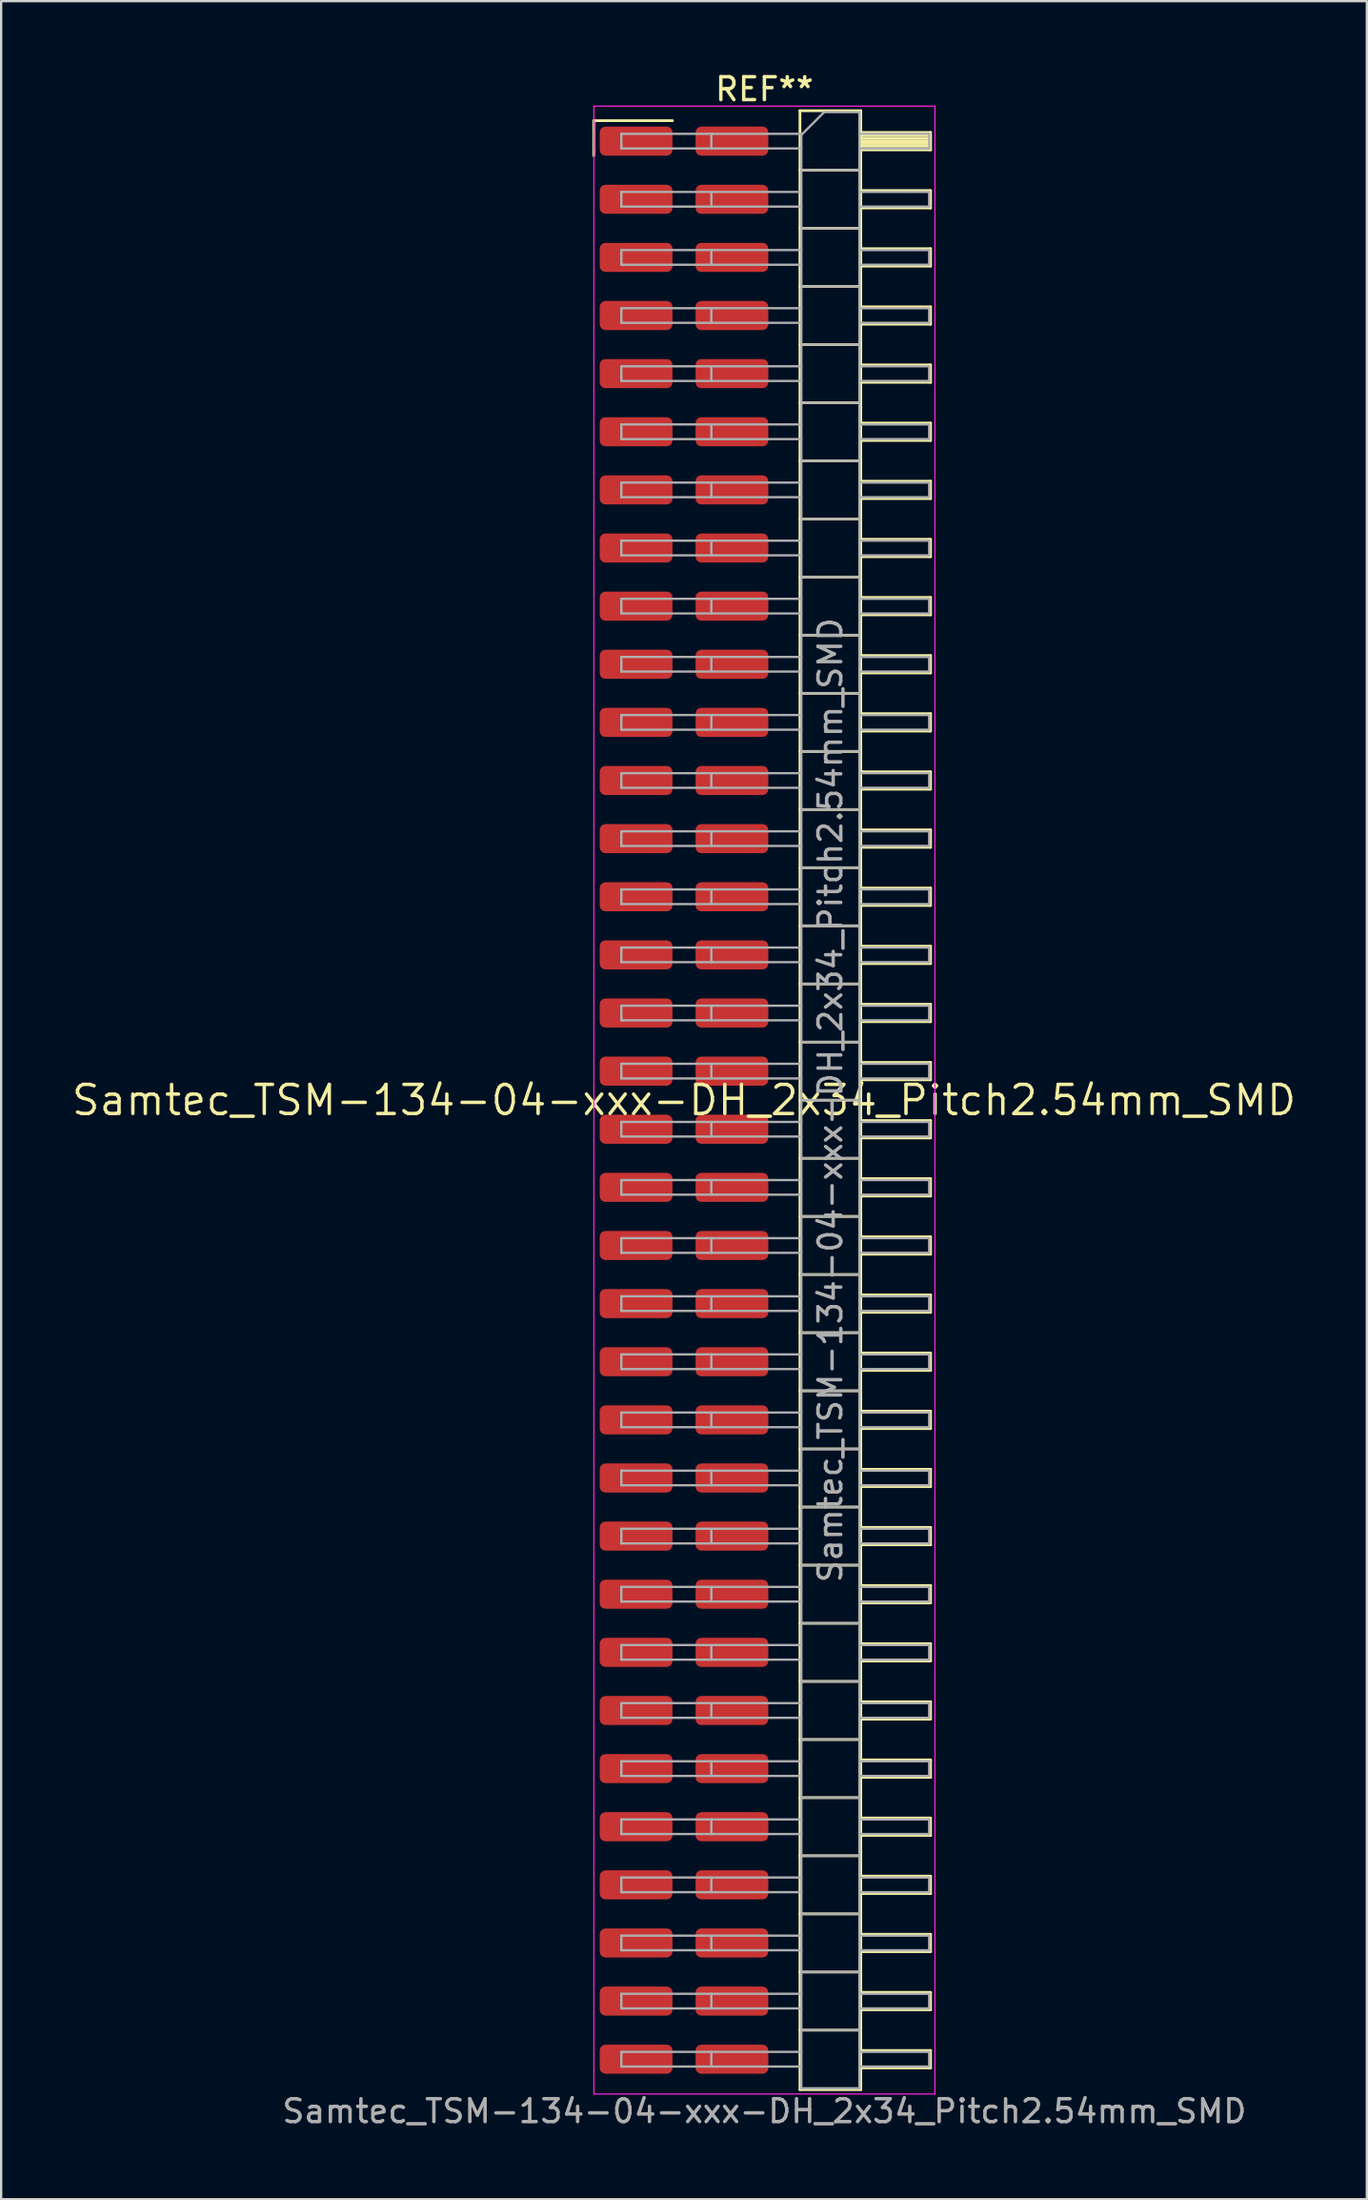
<source format=kicad_pcb>
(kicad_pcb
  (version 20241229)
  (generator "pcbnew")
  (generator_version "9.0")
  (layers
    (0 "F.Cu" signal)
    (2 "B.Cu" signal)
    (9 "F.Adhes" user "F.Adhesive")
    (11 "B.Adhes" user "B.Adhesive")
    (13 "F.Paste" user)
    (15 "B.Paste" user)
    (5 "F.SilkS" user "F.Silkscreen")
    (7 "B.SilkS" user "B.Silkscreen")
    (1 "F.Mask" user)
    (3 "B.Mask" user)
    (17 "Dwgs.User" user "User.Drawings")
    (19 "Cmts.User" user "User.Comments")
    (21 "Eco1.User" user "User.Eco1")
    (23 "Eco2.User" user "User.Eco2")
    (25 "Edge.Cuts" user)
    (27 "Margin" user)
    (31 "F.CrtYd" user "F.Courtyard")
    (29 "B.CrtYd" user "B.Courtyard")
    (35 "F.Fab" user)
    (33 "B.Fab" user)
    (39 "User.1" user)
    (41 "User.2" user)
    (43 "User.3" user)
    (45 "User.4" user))
  (footprint "Samtec_TSM-134-04-xxx-DH_2x34_Pitch2.54mm_SMD"
    (layer "F.Cu")
    (at 26.859 45.028)
    (property "Reference" "Samtec_TSM-134-04-xxx-DH_2x34_Pitch2.54mm_SMD" (at 0 0 0) (layer "F.SilkS") (effects (font (size 1.27 1.27) (thickness 0.15))))
    (attr smd)
    (fp_line (start -3.945 -42.805) (end -0.505 -42.805) (stroke (width 0.12) (type solid)) (layer "F.SilkS"))
    (fp_line (start -3.945 -41.275) (end -3.945 -42.805) (stroke (width 0.12) (type solid)) (layer "F.SilkS"))
    (fp_line (start 5.07 -43.24) (end 7.73 -43.24) (stroke (width 0.12) (type solid)) (layer "F.SilkS"))
    (fp_line (start 5.07 -40.64) (end 7.73 -40.64) (stroke (width 0.12) (type solid)) (layer "F.SilkS"))
    (fp_line (start 5.07 -38.1) (end 7.73 -38.1) (stroke (width 0.12) (type solid)) (layer "F.SilkS"))
    (fp_line (start 5.07 -35.56) (end 7.73 -35.56) (stroke (width 0.12) (type solid)) (layer "F.SilkS"))
    (fp_line (start 5.07 -33.02) (end 7.73 -33.02) (stroke (width 0.12) (type solid)) (layer "F.SilkS"))
    (fp_line (start 5.07 -30.48) (end 7.73 -30.48) (stroke (width 0.12) (type solid)) (layer "F.SilkS"))
    (fp_line (start 5.07 -27.94) (end 7.73 -27.94) (stroke (width 0.12) (type solid)) (layer "F.SilkS"))
    (fp_line (start 5.07 -25.4) (end 7.73 -25.4) (stroke (width 0.12) (type solid)) (layer "F.SilkS"))
    (fp_line (start 5.07 -22.86) (end 7.73 -22.86) (stroke (width 0.12) (type solid)) (layer "F.SilkS"))
    (fp_line (start 5.07 -20.32) (end 7.73 -20.32) (stroke (width 0.12) (type solid)) (layer "F.SilkS"))
    (fp_line (start 5.07 -17.78) (end 7.73 -17.78) (stroke (width 0.12) (type solid)) (layer "F.SilkS"))
    (fp_line (start 5.07 -15.24) (end 7.73 -15.24) (stroke (width 0.12) (type solid)) (layer "F.SilkS"))
    (fp_line (start 5.07 -12.7) (end 7.73 -12.7) (stroke (width 0.12) (type solid)) (layer "F.SilkS"))
    (fp_line (start 5.07 -10.16) (end 7.73 -10.16) (stroke (width 0.12) (type solid)) (layer "F.SilkS"))
    (fp_line (start 5.07 -7.62) (end 7.73 -7.62) (stroke (width 0.12) (type solid)) (layer "F.SilkS"))
    (fp_line (start 5.07 -5.08) (end 7.73 -5.08) (stroke (width 0.12) (type solid)) (layer "F.SilkS"))
    (fp_line (start 5.07 -2.54) (end 7.73 -2.54) (stroke (width 0.12) (type solid)) (layer "F.SilkS"))
    (fp_line (start 5.07 0) (end 7.73 0) (stroke (width 0.12) (type solid)) (layer "F.SilkS"))
    (fp_line (start 5.07 2.54) (end 7.73 2.54) (stroke (width 0.12) (type solid)) (layer "F.SilkS"))
    (fp_line (start 5.07 5.08) (end 7.73 5.08) (stroke (width 0.12) (type solid)) (layer "F.SilkS"))
    (fp_line (start 5.07 7.62) (end 7.73 7.62) (stroke (width 0.12) (type solid)) (layer "F.SilkS"))
    (fp_line (start 5.07 10.16) (end 7.73 10.16) (stroke (width 0.12) (type solid)) (layer "F.SilkS"))
    (fp_line (start 5.07 12.7) (end 7.73 12.7) (stroke (width 0.12) (type solid)) (layer "F.SilkS"))
    (fp_line (start 5.07 15.24) (end 7.73 15.24) (stroke (width 0.12) (type solid)) (layer "F.SilkS"))
    (fp_line (start 5.07 17.78) (end 7.73 17.78) (stroke (width 0.12) (type solid)) (layer "F.SilkS"))
    (fp_line (start 5.07 20.32) (end 7.73 20.32) (stroke (width 0.12) (type solid)) (layer "F.SilkS"))
    (fp_line (start 5.07 22.86) (end 7.73 22.86) (stroke (width 0.12) (type solid)) (layer "F.SilkS"))
    (fp_line (start 5.07 25.4) (end 7.73 25.4) (stroke (width 0.12) (type solid)) (layer "F.SilkS"))
    (fp_line (start 5.07 27.94) (end 7.73 27.94) (stroke (width 0.12) (type solid)) (layer "F.SilkS"))
    (fp_line (start 5.07 30.48) (end 7.73 30.48) (stroke (width 0.12) (type solid)) (layer "F.SilkS"))
    (fp_line (start 5.07 33.02) (end 7.73 33.02) (stroke (width 0.12) (type solid)) (layer "F.SilkS"))
    (fp_line (start 5.07 35.56) (end 7.73 35.56) (stroke (width 0.12) (type solid)) (layer "F.SilkS"))
    (fp_line (start 5.07 38.1) (end 7.73 38.1) (stroke (width 0.12) (type solid)) (layer "F.SilkS"))
    (fp_line (start 5.07 40.64) (end 7.73 40.64) (stroke (width 0.12) (type solid)) (layer "F.SilkS"))
    (fp_line (start 5.07 43.24) (end 5.07 -43.24) (stroke (width 0.12) (type solid)) (layer "F.SilkS"))
    (fp_line (start 7.73 -43.24) (end 7.73 43.24) (stroke (width 0.12) (type solid)) (layer "F.SilkS"))
    (fp_line (start 7.73 -42.29) (end 10.78 -42.29) (stroke (width 0.12) (type solid)) (layer "F.SilkS"))
    (fp_line (start 7.73 -42.17) (end 10.78 -42.17) (stroke (width 0.12) (type solid)) (layer "F.SilkS"))
    (fp_line (start 7.73 -42.05) (end 10.78 -42.05) (stroke (width 0.12) (type solid)) (layer "F.SilkS"))
    (fp_line (start 7.73 -41.93) (end 10.78 -41.93) (stroke (width 0.12) (type solid)) (layer "F.SilkS"))
    (fp_line (start 7.73 -41.81) (end 10.78 -41.81) (stroke (width 0.12) (type solid)) (layer "F.SilkS"))
    (fp_line (start 7.73 -41.69) (end 10.78 -41.69) (stroke (width 0.12) (type solid)) (layer "F.SilkS"))
    (fp_line (start 7.73 -41.57) (end 10.78 -41.57) (stroke (width 0.12) (type solid)) (layer "F.SilkS"))
    (fp_line (start 7.73 -41.53) (end 10.78 -41.53) (stroke (width 0.12) (type solid)) (layer "F.SilkS"))
    (fp_line (start 7.73 -39.75) (end 10.78 -39.75) (stroke (width 0.12) (type solid)) (layer "F.SilkS"))
    (fp_line (start 7.73 -38.99) (end 10.78 -38.99) (stroke (width 0.12) (type solid)) (layer "F.SilkS"))
    (fp_line (start 7.73 -37.21) (end 10.78 -37.21) (stroke (width 0.12) (type solid)) (layer "F.SilkS"))
    (fp_line (start 7.73 -36.45) (end 10.78 -36.45) (stroke (width 0.12) (type solid)) (layer "F.SilkS"))
    (fp_line (start 7.73 -34.67) (end 10.78 -34.67) (stroke (width 0.12) (type solid)) (layer "F.SilkS"))
    (fp_line (start 7.73 -33.91) (end 10.78 -33.91) (stroke (width 0.12) (type solid)) (layer "F.SilkS"))
    (fp_line (start 7.73 -32.13) (end 10.78 -32.13) (stroke (width 0.12) (type solid)) (layer "F.SilkS"))
    (fp_line (start 7.73 -31.37) (end 10.78 -31.37) (stroke (width 0.12) (type solid)) (layer "F.SilkS"))
    (fp_line (start 7.73 -29.59) (end 10.78 -29.59) (stroke (width 0.12) (type solid)) (layer "F.SilkS"))
    (fp_line (start 7.73 -28.83) (end 10.78 -28.83) (stroke (width 0.12) (type solid)) (layer "F.SilkS"))
    (fp_line (start 7.73 -27.05) (end 10.78 -27.05) (stroke (width 0.12) (type solid)) (layer "F.SilkS"))
    (fp_line (start 7.73 -26.29) (end 10.78 -26.29) (stroke (width 0.12) (type solid)) (layer "F.SilkS"))
    (fp_line (start 7.73 -24.51) (end 10.78 -24.51) (stroke (width 0.12) (type solid)) (layer "F.SilkS"))
    (fp_line (start 7.73 -23.75) (end 10.78 -23.75) (stroke (width 0.12) (type solid)) (layer "F.SilkS"))
    (fp_line (start 7.73 -21.97) (end 10.78 -21.97) (stroke (width 0.12) (type solid)) (layer "F.SilkS"))
    (fp_line (start 7.73 -21.21) (end 10.78 -21.21) (stroke (width 0.12) (type solid)) (layer "F.SilkS"))
    (fp_line (start 7.73 -19.43) (end 10.78 -19.43) (stroke (width 0.12) (type solid)) (layer "F.SilkS"))
    (fp_line (start 7.73 -18.67) (end 10.78 -18.67) (stroke (width 0.12) (type solid)) (layer "F.SilkS"))
    (fp_line (start 7.73 -16.89) (end 10.78 -16.89) (stroke (width 0.12) (type solid)) (layer "F.SilkS"))
    (fp_line (start 7.73 -16.13) (end 10.78 -16.13) (stroke (width 0.12) (type solid)) (layer "F.SilkS"))
    (fp_line (start 7.73 -14.35) (end 10.78 -14.35) (stroke (width 0.12) (type solid)) (layer "F.SilkS"))
    (fp_line (start 7.73 -13.59) (end 10.78 -13.59) (stroke (width 0.12) (type solid)) (layer "F.SilkS"))
    (fp_line (start 7.73 -11.81) (end 10.78 -11.81) (stroke (width 0.12) (type solid)) (layer "F.SilkS"))
    (fp_line (start 7.73 -11.05) (end 10.78 -11.05) (stroke (width 0.12) (type solid)) (layer "F.SilkS"))
    (fp_line (start 7.73 -9.27) (end 10.78 -9.27) (stroke (width 0.12) (type solid)) (layer "F.SilkS"))
    (fp_line (start 7.73 -8.51) (end 10.78 -8.51) (stroke (width 0.12) (type solid)) (layer "F.SilkS"))
    (fp_line (start 7.73 -6.73) (end 10.78 -6.73) (stroke (width 0.12) (type solid)) (layer "F.SilkS"))
    (fp_line (start 7.73 -5.97) (end 10.78 -5.97) (stroke (width 0.12) (type solid)) (layer "F.SilkS"))
    (fp_line (start 7.73 -4.19) (end 10.78 -4.19) (stroke (width 0.12) (type solid)) (layer "F.SilkS"))
    (fp_line (start 7.73 -3.43) (end 10.78 -3.43) (stroke (width 0.12) (type solid)) (layer "F.SilkS"))
    (fp_line (start 7.73 -1.65) (end 10.78 -1.65) (stroke (width 0.12) (type solid)) (layer "F.SilkS"))
    (fp_line (start 7.73 -0.89) (end 10.78 -0.89) (stroke (width 0.12) (type solid)) (layer "F.SilkS"))
    (fp_line (start 7.73 0.89) (end 10.78 0.89) (stroke (width 0.12) (type solid)) (layer "F.SilkS"))
    (fp_line (start 7.73 1.65) (end 10.78 1.65) (stroke (width 0.12) (type solid)) (layer "F.SilkS"))
    (fp_line (start 7.73 3.43) (end 10.78 3.43) (stroke (width 0.12) (type solid)) (layer "F.SilkS"))
    (fp_line (start 7.73 4.19) (end 10.78 4.19) (stroke (width 0.12) (type solid)) (layer "F.SilkS"))
    (fp_line (start 7.73 5.97) (end 10.78 5.97) (stroke (width 0.12) (type solid)) (layer "F.SilkS"))
    (fp_line (start 7.73 6.73) (end 10.78 6.73) (stroke (width 0.12) (type solid)) (layer "F.SilkS"))
    (fp_line (start 7.73 8.51) (end 10.78 8.51) (stroke (width 0.12) (type solid)) (layer "F.SilkS"))
    (fp_line (start 7.73 9.27) (end 10.78 9.27) (stroke (width 0.12) (type solid)) (layer "F.SilkS"))
    (fp_line (start 7.73 11.05) (end 10.78 11.05) (stroke (width 0.12) (type solid)) (layer "F.SilkS"))
    (fp_line (start 7.73 11.81) (end 10.78 11.81) (stroke (width 0.12) (type solid)) (layer "F.SilkS"))
    (fp_line (start 7.73 13.59) (end 10.78 13.59) (stroke (width 0.12) (type solid)) (layer "F.SilkS"))
    (fp_line (start 7.73 14.35) (end 10.78 14.35) (stroke (width 0.12) (type solid)) (layer "F.SilkS"))
    (fp_line (start 7.73 16.13) (end 10.78 16.13) (stroke (width 0.12) (type solid)) (layer "F.SilkS"))
    (fp_line (start 7.73 16.89) (end 10.78 16.89) (stroke (width 0.12) (type solid)) (layer "F.SilkS"))
    (fp_line (start 7.73 18.67) (end 10.78 18.67) (stroke (width 0.12) (type solid)) (layer "F.SilkS"))
    (fp_line (start 7.73 19.43) (end 10.78 19.43) (stroke (width 0.12) (type solid)) (layer "F.SilkS"))
    (fp_line (start 7.73 21.21) (end 10.78 21.21) (stroke (width 0.12) (type solid)) (layer "F.SilkS"))
    (fp_line (start 7.73 21.97) (end 10.78 21.97) (stroke (width 0.12) (type solid)) (layer "F.SilkS"))
    (fp_line (start 7.73 23.75) (end 10.78 23.75) (stroke (width 0.12) (type solid)) (layer "F.SilkS"))
    (fp_line (start 7.73 24.51) (end 10.78 24.51) (stroke (width 0.12) (type solid)) (layer "F.SilkS"))
    (fp_line (start 7.73 26.29) (end 10.78 26.29) (stroke (width 0.12) (type solid)) (layer "F.SilkS"))
    (fp_line (start 7.73 27.05) (end 10.78 27.05) (stroke (width 0.12) (type solid)) (layer "F.SilkS"))
    (fp_line (start 7.73 28.83) (end 10.78 28.83) (stroke (width 0.12) (type solid)) (layer "F.SilkS"))
    (fp_line (start 7.73 29.59) (end 10.78 29.59) (stroke (width 0.12) (type solid)) (layer "F.SilkS"))
    (fp_line (start 7.73 31.37) (end 10.78 31.37) (stroke (width 0.12) (type solid)) (layer "F.SilkS"))
    (fp_line (start 7.73 32.13) (end 10.78 32.13) (stroke (width 0.12) (type solid)) (layer "F.SilkS"))
    (fp_line (start 7.73 33.91) (end 10.78 33.91) (stroke (width 0.12) (type solid)) (layer "F.SilkS"))
    (fp_line (start 7.73 34.67) (end 10.78 34.67) (stroke (width 0.12) (type solid)) (layer "F.SilkS"))
    (fp_line (start 7.73 36.45) (end 10.78 36.45) (stroke (width 0.12) (type solid)) (layer "F.SilkS"))
    (fp_line (start 7.73 37.21) (end 10.78 37.21) (stroke (width 0.12) (type solid)) (layer "F.SilkS"))
    (fp_line (start 7.73 38.99) (end 10.78 38.99) (stroke (width 0.12) (type solid)) (layer "F.SilkS"))
    (fp_line (start 7.73 39.75) (end 10.78 39.75) (stroke (width 0.12) (type solid)) (layer "F.SilkS"))
    (fp_line (start 7.73 41.53) (end 10.78 41.53) (stroke (width 0.12) (type solid)) (layer "F.SilkS"))
    (fp_line (start 7.73 42.29) (end 10.78 42.29) (stroke (width 0.12) (type solid)) (layer "F.SilkS"))
    (fp_line (start 7.73 43.24) (end 5.07 43.24) (stroke (width 0.12) (type solid)) (layer "F.SilkS"))
    (fp_line (start 10.78 -42.29) (end 10.78 -41.53) (stroke (width 0.12) (type solid)) (layer "F.SilkS"))
    (fp_line (start 10.78 -39.75) (end 10.78 -38.99) (stroke (width 0.12) (type solid)) (layer "F.SilkS"))
    (fp_line (start 10.78 -37.21) (end 10.78 -36.45) (stroke (width 0.12) (type solid)) (layer "F.SilkS"))
    (fp_line (start 10.78 -34.67) (end 10.78 -33.91) (stroke (width 0.12) (type solid)) (layer "F.SilkS"))
    (fp_line (start 10.78 -32.13) (end 10.78 -31.37) (stroke (width 0.12) (type solid)) (layer "F.SilkS"))
    (fp_line (start 10.78 -29.59) (end 10.78 -28.83) (stroke (width 0.12) (type solid)) (layer "F.SilkS"))
    (fp_line (start 10.78 -27.05) (end 10.78 -26.29) (stroke (width 0.12) (type solid)) (layer "F.SilkS"))
    (fp_line (start 10.78 -24.51) (end 10.78 -23.75) (stroke (width 0.12) (type solid)) (layer "F.SilkS"))
    (fp_line (start 10.78 -21.97) (end 10.78 -21.21) (stroke (width 0.12) (type solid)) (layer "F.SilkS"))
    (fp_line (start 10.78 -19.43) (end 10.78 -18.67) (stroke (width 0.12) (type solid)) (layer "F.SilkS"))
    (fp_line (start 10.78 -16.89) (end 10.78 -16.13) (stroke (width 0.12) (type solid)) (layer "F.SilkS"))
    (fp_line (start 10.78 -14.35) (end 10.78 -13.59) (stroke (width 0.12) (type solid)) (layer "F.SilkS"))
    (fp_line (start 10.78 -11.81) (end 10.78 -11.05) (stroke (width 0.12) (type solid)) (layer "F.SilkS"))
    (fp_line (start 10.78 -9.27) (end 10.78 -8.51) (stroke (width 0.12) (type solid)) (layer "F.SilkS"))
    (fp_line (start 10.78 -6.73) (end 10.78 -5.97) (stroke (width 0.12) (type solid)) (layer "F.SilkS"))
    (fp_line (start 10.78 -4.19) (end 10.78 -3.43) (stroke (width 0.12) (type solid)) (layer "F.SilkS"))
    (fp_line (start 10.78 -1.65) (end 10.78 -0.89) (stroke (width 0.12) (type solid)) (layer "F.SilkS"))
    (fp_line (start 10.78 0.89) (end 10.78 1.65) (stroke (width 0.12) (type solid)) (layer "F.SilkS"))
    (fp_line (start 10.78 3.43) (end 10.78 4.19) (stroke (width 0.12) (type solid)) (layer "F.SilkS"))
    (fp_line (start 10.78 5.97) (end 10.78 6.73) (stroke (width 0.12) (type solid)) (layer "F.SilkS"))
    (fp_line (start 10.78 8.51) (end 10.78 9.27) (stroke (width 0.12) (type solid)) (layer "F.SilkS"))
    (fp_line (start 10.78 11.05) (end 10.78 11.81) (stroke (width 0.12) (type solid)) (layer "F.SilkS"))
    (fp_line (start 10.78 13.59) (end 10.78 14.35) (stroke (width 0.12) (type solid)) (layer "F.SilkS"))
    (fp_line (start 10.78 16.13) (end 10.78 16.89) (stroke (width 0.12) (type solid)) (layer "F.SilkS"))
    (fp_line (start 10.78 18.67) (end 10.78 19.43) (stroke (width 0.12) (type solid)) (layer "F.SilkS"))
    (fp_line (start 10.78 21.21) (end 10.78 21.97) (stroke (width 0.12) (type solid)) (layer "F.SilkS"))
    (fp_line (start 10.78 23.75) (end 10.78 24.51) (stroke (width 0.12) (type solid)) (layer "F.SilkS"))
    (fp_line (start 10.78 26.29) (end 10.78 27.05) (stroke (width 0.12) (type solid)) (layer "F.SilkS"))
    (fp_line (start 10.78 28.83) (end 10.78 29.59) (stroke (width 0.12) (type solid)) (layer "F.SilkS"))
    (fp_line (start 10.78 31.37) (end 10.78 32.13) (stroke (width 0.12) (type solid)) (layer "F.SilkS"))
    (fp_line (start 10.78 33.91) (end 10.78 34.67) (stroke (width 0.12) (type solid)) (layer "F.SilkS"))
    (fp_line (start 10.78 36.45) (end 10.78 37.21) (stroke (width 0.12) (type solid)) (layer "F.SilkS"))
    (fp_line (start 10.78 38.99) (end 10.78 39.75) (stroke (width 0.12) (type solid)) (layer "F.SilkS"))
    (fp_line (start 10.78 41.53) (end 10.78 42.29) (stroke (width 0.12) (type solid)) (layer "F.SilkS"))
    (fp_line (start -3.94 -43.44) (end 10.97 -43.44) (stroke (width 0.05) (type solid)) (layer "F.CrtYd"))
    (fp_line (start -3.94 43.43) (end -3.94 -43.44) (stroke (width 0.05) (type solid)) (layer "F.CrtYd"))
    (fp_line (start 10.97 -43.44) (end 10.97 43.43) (stroke (width 0.05) (type solid)) (layer "F.CrtYd"))
    (fp_line (start 10.97 43.43) (end -3.94 43.43) (stroke (width 0.05) (type solid)) (layer "F.CrtYd"))
    (fp_line (start -2.74 -42.23) (end -2.74 -41.59) (stroke (width 0.1) (type solid)) (layer "F.Fab"))
    (fp_line (start -2.74 -42.23) (end 5.13 -42.23) (stroke (width 0.1) (type solid)) (layer "F.Fab"))
    (fp_line (start -2.74 -41.59) (end 5.13 -41.59) (stroke (width 0.1) (type solid)) (layer "F.Fab"))
    (fp_line (start -2.74 -39.69) (end -2.74 -39.05) (stroke (width 0.1) (type solid)) (layer "F.Fab"))
    (fp_line (start -2.74 -39.69) (end 5.13 -39.69) (stroke (width 0.1) (type solid)) (layer "F.Fab"))
    (fp_line (start -2.74 -39.05) (end 5.13 -39.05) (stroke (width 0.1) (type solid)) (layer "F.Fab"))
    (fp_line (start -2.74 -37.15) (end -2.74 -36.51) (stroke (width 0.1) (type solid)) (layer "F.Fab"))
    (fp_line (start -2.74 -37.15) (end 5.13 -37.15) (stroke (width 0.1) (type solid)) (layer "F.Fab"))
    (fp_line (start -2.74 -36.51) (end 5.13 -36.51) (stroke (width 0.1) (type solid)) (layer "F.Fab"))
    (fp_line (start -2.74 -34.61) (end -2.74 -33.97) (stroke (width 0.1) (type solid)) (layer "F.Fab"))
    (fp_line (start -2.74 -34.61) (end 5.13 -34.61) (stroke (width 0.1) (type solid)) (layer "F.Fab"))
    (fp_line (start -2.74 -33.97) (end 5.13 -33.97) (stroke (width 0.1) (type solid)) (layer "F.Fab"))
    (fp_line (start -2.74 -32.07) (end -2.74 -31.43) (stroke (width 0.1) (type solid)) (layer "F.Fab"))
    (fp_line (start -2.74 -32.07) (end 5.13 -32.07) (stroke (width 0.1) (type solid)) (layer "F.Fab"))
    (fp_line (start -2.74 -31.43) (end 5.13 -31.43) (stroke (width 0.1) (type solid)) (layer "F.Fab"))
    (fp_line (start -2.74 -29.53) (end -2.74 -28.89) (stroke (width 0.1) (type solid)) (layer "F.Fab"))
    (fp_line (start -2.74 -29.53) (end 5.13 -29.53) (stroke (width 0.1) (type solid)) (layer "F.Fab"))
    (fp_line (start -2.74 -28.89) (end 5.13 -28.89) (stroke (width 0.1) (type solid)) (layer "F.Fab"))
    (fp_line (start -2.74 -26.99) (end -2.74 -26.35) (stroke (width 0.1) (type solid)) (layer "F.Fab"))
    (fp_line (start -2.74 -26.99) (end 5.13 -26.99) (stroke (width 0.1) (type solid)) (layer "F.Fab"))
    (fp_line (start -2.74 -26.35) (end 5.13 -26.35) (stroke (width 0.1) (type solid)) (layer "F.Fab"))
    (fp_line (start -2.74 -24.45) (end -2.74 -23.81) (stroke (width 0.1) (type solid)) (layer "F.Fab"))
    (fp_line (start -2.74 -24.45) (end 5.13 -24.45) (stroke (width 0.1) (type solid)) (layer "F.Fab"))
    (fp_line (start -2.74 -23.81) (end 5.13 -23.81) (stroke (width 0.1) (type solid)) (layer "F.Fab"))
    (fp_line (start -2.74 -21.91) (end -2.74 -21.27) (stroke (width 0.1) (type solid)) (layer "F.Fab"))
    (fp_line (start -2.74 -21.91) (end 5.13 -21.91) (stroke (width 0.1) (type solid)) (layer "F.Fab"))
    (fp_line (start -2.74 -21.27) (end 5.13 -21.27) (stroke (width 0.1) (type solid)) (layer "F.Fab"))
    (fp_line (start -2.74 -19.37) (end -2.74 -18.73) (stroke (width 0.1) (type solid)) (layer "F.Fab"))
    (fp_line (start -2.74 -19.37) (end 5.13 -19.37) (stroke (width 0.1) (type solid)) (layer "F.Fab"))
    (fp_line (start -2.74 -18.73) (end 5.13 -18.73) (stroke (width 0.1) (type solid)) (layer "F.Fab"))
    (fp_line (start -2.74 -16.83) (end -2.74 -16.19) (stroke (width 0.1) (type solid)) (layer "F.Fab"))
    (fp_line (start -2.74 -16.83) (end 5.13 -16.83) (stroke (width 0.1) (type solid)) (layer "F.Fab"))
    (fp_line (start -2.74 -16.19) (end 5.13 -16.19) (stroke (width 0.1) (type solid)) (layer "F.Fab"))
    (fp_line (start -2.74 -14.29) (end -2.74 -13.65) (stroke (width 0.1) (type solid)) (layer "F.Fab"))
    (fp_line (start -2.74 -14.29) (end 5.13 -14.29) (stroke (width 0.1) (type solid)) (layer "F.Fab"))
    (fp_line (start -2.74 -13.65) (end 5.13 -13.65) (stroke (width 0.1) (type solid)) (layer "F.Fab"))
    (fp_line (start -2.74 -11.75) (end -2.74 -11.11) (stroke (width 0.1) (type solid)) (layer "F.Fab"))
    (fp_line (start -2.74 -11.75) (end 5.13 -11.75) (stroke (width 0.1) (type solid)) (layer "F.Fab"))
    (fp_line (start -2.74 -11.11) (end 5.13 -11.11) (stroke (width 0.1) (type solid)) (layer "F.Fab"))
    (fp_line (start -2.74 -9.21) (end -2.74 -8.57) (stroke (width 0.1) (type solid)) (layer "F.Fab"))
    (fp_line (start -2.74 -9.21) (end 5.13 -9.21) (stroke (width 0.1) (type solid)) (layer "F.Fab"))
    (fp_line (start -2.74 -8.57) (end 5.13 -8.57) (stroke (width 0.1) (type solid)) (layer "F.Fab"))
    (fp_line (start -2.74 -6.67) (end -2.74 -6.03) (stroke (width 0.1) (type solid)) (layer "F.Fab"))
    (fp_line (start -2.74 -6.67) (end 5.13 -6.67) (stroke (width 0.1) (type solid)) (layer "F.Fab"))
    (fp_line (start -2.74 -6.03) (end 5.13 -6.03) (stroke (width 0.1) (type solid)) (layer "F.Fab"))
    (fp_line (start -2.74 -4.13) (end -2.74 -3.49) (stroke (width 0.1) (type solid)) (layer "F.Fab"))
    (fp_line (start -2.74 -4.13) (end 5.13 -4.13) (stroke (width 0.1) (type solid)) (layer "F.Fab"))
    (fp_line (start -2.74 -3.49) (end 5.13 -3.49) (stroke (width 0.1) (type solid)) (layer "F.Fab"))
    (fp_line (start -2.74 -1.59) (end -2.74 -0.95) (stroke (width 0.1) (type solid)) (layer "F.Fab"))
    (fp_line (start -2.74 -1.59) (end 5.13 -1.59) (stroke (width 0.1) (type solid)) (layer "F.Fab"))
    (fp_line (start -2.74 -0.95) (end 5.13 -0.95) (stroke (width 0.1) (type solid)) (layer "F.Fab"))
    (fp_line (start -2.74 0.95) (end -2.74 1.59) (stroke (width 0.1) (type solid)) (layer "F.Fab"))
    (fp_line (start -2.74 0.95) (end 5.13 0.95) (stroke (width 0.1) (type solid)) (layer "F.Fab"))
    (fp_line (start -2.74 1.59) (end 5.13 1.59) (stroke (width 0.1) (type solid)) (layer "F.Fab"))
    (fp_line (start -2.74 3.49) (end -2.74 4.13) (stroke (width 0.1) (type solid)) (layer "F.Fab"))
    (fp_line (start -2.74 3.49) (end 5.13 3.49) (stroke (width 0.1) (type solid)) (layer "F.Fab"))
    (fp_line (start -2.74 4.13) (end 5.13 4.13) (stroke (width 0.1) (type solid)) (layer "F.Fab"))
    (fp_line (start -2.74 6.03) (end -2.74 6.67) (stroke (width 0.1) (type solid)) (layer "F.Fab"))
    (fp_line (start -2.74 6.03) (end 5.13 6.03) (stroke (width 0.1) (type solid)) (layer "F.Fab"))
    (fp_line (start -2.74 6.67) (end 5.13 6.67) (stroke (width 0.1) (type solid)) (layer "F.Fab"))
    (fp_line (start -2.74 8.57) (end -2.74 9.21) (stroke (width 0.1) (type solid)) (layer "F.Fab"))
    (fp_line (start -2.74 8.57) (end 5.13 8.57) (stroke (width 0.1) (type solid)) (layer "F.Fab"))
    (fp_line (start -2.74 9.21) (end 5.13 9.21) (stroke (width 0.1) (type solid)) (layer "F.Fab"))
    (fp_line (start -2.74 11.11) (end -2.74 11.75) (stroke (width 0.1) (type solid)) (layer "F.Fab"))
    (fp_line (start -2.74 11.11) (end 5.13 11.11) (stroke (width 0.1) (type solid)) (layer "F.Fab"))
    (fp_line (start -2.74 11.75) (end 5.13 11.75) (stroke (width 0.1) (type solid)) (layer "F.Fab"))
    (fp_line (start -2.74 13.65) (end -2.74 14.29) (stroke (width 0.1) (type solid)) (layer "F.Fab"))
    (fp_line (start -2.74 13.65) (end 5.13 13.65) (stroke (width 0.1) (type solid)) (layer "F.Fab"))
    (fp_line (start -2.74 14.29) (end 5.13 14.29) (stroke (width 0.1) (type solid)) (layer "F.Fab"))
    (fp_line (start -2.74 16.19) (end -2.74 16.83) (stroke (width 0.1) (type solid)) (layer "F.Fab"))
    (fp_line (start -2.74 16.19) (end 5.13 16.19) (stroke (width 0.1) (type solid)) (layer "F.Fab"))
    (fp_line (start -2.74 16.83) (end 5.13 16.83) (stroke (width 0.1) (type solid)) (layer "F.Fab"))
    (fp_line (start -2.74 18.73) (end -2.74 19.37) (stroke (width 0.1) (type solid)) (layer "F.Fab"))
    (fp_line (start -2.74 18.73) (end 5.13 18.73) (stroke (width 0.1) (type solid)) (layer "F.Fab"))
    (fp_line (start -2.74 19.37) (end 5.13 19.37) (stroke (width 0.1) (type solid)) (layer "F.Fab"))
    (fp_line (start -2.74 21.27) (end -2.74 21.91) (stroke (width 0.1) (type solid)) (layer "F.Fab"))
    (fp_line (start -2.74 21.27) (end 5.13 21.27) (stroke (width 0.1) (type solid)) (layer "F.Fab"))
    (fp_line (start -2.74 21.91) (end 5.13 21.91) (stroke (width 0.1) (type solid)) (layer "F.Fab"))
    (fp_line (start -2.74 23.81) (end -2.74 24.45) (stroke (width 0.1) (type solid)) (layer "F.Fab"))
    (fp_line (start -2.74 23.81) (end 5.13 23.81) (stroke (width 0.1) (type solid)) (layer "F.Fab"))
    (fp_line (start -2.74 24.45) (end 5.13 24.45) (stroke (width 0.1) (type solid)) (layer "F.Fab"))
    (fp_line (start -2.74 26.35) (end -2.74 26.99) (stroke (width 0.1) (type solid)) (layer "F.Fab"))
    (fp_line (start -2.74 26.35) (end 5.13 26.35) (stroke (width 0.1) (type solid)) (layer "F.Fab"))
    (fp_line (start -2.74 26.99) (end 5.13 26.99) (stroke (width 0.1) (type solid)) (layer "F.Fab"))
    (fp_line (start -2.74 28.89) (end -2.74 29.53) (stroke (width 0.1) (type solid)) (layer "F.Fab"))
    (fp_line (start -2.74 28.89) (end 5.13 28.89) (stroke (width 0.1) (type solid)) (layer "F.Fab"))
    (fp_line (start -2.74 29.53) (end 5.13 29.53) (stroke (width 0.1) (type solid)) (layer "F.Fab"))
    (fp_line (start -2.74 31.43) (end -2.74 32.07) (stroke (width 0.1) (type solid)) (layer "F.Fab"))
    (fp_line (start -2.74 31.43) (end 5.13 31.43) (stroke (width 0.1) (type solid)) (layer "F.Fab"))
    (fp_line (start -2.74 32.07) (end 5.13 32.07) (stroke (width 0.1) (type solid)) (layer "F.Fab"))
    (fp_line (start -2.74 33.97) (end -2.74 34.61) (stroke (width 0.1) (type solid)) (layer "F.Fab"))
    (fp_line (start -2.74 33.97) (end 5.13 33.97) (stroke (width 0.1) (type solid)) (layer "F.Fab"))
    (fp_line (start -2.74 34.61) (end 5.13 34.61) (stroke (width 0.1) (type solid)) (layer "F.Fab"))
    (fp_line (start -2.74 36.51) (end -2.74 37.15) (stroke (width 0.1) (type solid)) (layer "F.Fab"))
    (fp_line (start -2.74 36.51) (end 5.13 36.51) (stroke (width 0.1) (type solid)) (layer "F.Fab"))
    (fp_line (start -2.74 37.15) (end 5.13 37.15) (stroke (width 0.1) (type solid)) (layer "F.Fab"))
    (fp_line (start -2.74 39.05) (end -2.74 39.69) (stroke (width 0.1) (type solid)) (layer "F.Fab"))
    (fp_line (start -2.74 39.05) (end 5.13 39.05) (stroke (width 0.1) (type solid)) (layer "F.Fab"))
    (fp_line (start -2.74 39.69) (end 5.13 39.69) (stroke (width 0.1) (type solid)) (layer "F.Fab"))
    (fp_line (start -2.74 41.59) (end -2.74 42.23) (stroke (width 0.1) (type solid)) (layer "F.Fab"))
    (fp_line (start -2.74 41.59) (end 5.13 41.59) (stroke (width 0.1) (type solid)) (layer "F.Fab"))
    (fp_line (start -2.74 42.23) (end 5.13 42.23) (stroke (width 0.1) (type solid)) (layer "F.Fab"))
    (fp_line (start 1.195 -42.23) (end 1.195 -41.59) (stroke (width 0.1) (type solid)) (layer "F.Fab"))
    (fp_line (start 1.195 -39.69) (end 1.195 -39.05) (stroke (width 0.1) (type solid)) (layer "F.Fab"))
    (fp_line (start 1.195 -37.15) (end 1.195 -36.51) (stroke (width 0.1) (type solid)) (layer "F.Fab"))
    (fp_line (start 1.195 -34.61) (end 1.195 -33.97) (stroke (width 0.1) (type solid)) (layer "F.Fab"))
    (fp_line (start 1.195 -32.07) (end 1.195 -31.43) (stroke (width 0.1) (type solid)) (layer "F.Fab"))
    (fp_line (start 1.195 -29.53) (end 1.195 -28.89) (stroke (width 0.1) (type solid)) (layer "F.Fab"))
    (fp_line (start 1.195 -26.99) (end 1.195 -26.35) (stroke (width 0.1) (type solid)) (layer "F.Fab"))
    (fp_line (start 1.195 -24.45) (end 1.195 -23.81) (stroke (width 0.1) (type solid)) (layer "F.Fab"))
    (fp_line (start 1.195 -21.91) (end 1.195 -21.27) (stroke (width 0.1) (type solid)) (layer "F.Fab"))
    (fp_line (start 1.195 -19.37) (end 1.195 -18.73) (stroke (width 0.1) (type solid)) (layer "F.Fab"))
    (fp_line (start 1.195 -16.83) (end 1.195 -16.19) (stroke (width 0.1) (type solid)) (layer "F.Fab"))
    (fp_line (start 1.195 -14.29) (end 1.195 -13.65) (stroke (width 0.1) (type solid)) (layer "F.Fab"))
    (fp_line (start 1.195 -11.75) (end 1.195 -11.11) (stroke (width 0.1) (type solid)) (layer "F.Fab"))
    (fp_line (start 1.195 -9.21) (end 1.195 -8.57) (stroke (width 0.1) (type solid)) (layer "F.Fab"))
    (fp_line (start 1.195 -6.67) (end 1.195 -6.03) (stroke (width 0.1) (type solid)) (layer "F.Fab"))
    (fp_line (start 1.195 -4.13) (end 1.195 -3.49) (stroke (width 0.1) (type solid)) (layer "F.Fab"))
    (fp_line (start 1.195 -1.59) (end 1.195 -0.95) (stroke (width 0.1) (type solid)) (layer "F.Fab"))
    (fp_line (start 1.195 0.95) (end 1.195 1.59) (stroke (width 0.1) (type solid)) (layer "F.Fab"))
    (fp_line (start 1.195 3.49) (end 1.195 4.13) (stroke (width 0.1) (type solid)) (layer "F.Fab"))
    (fp_line (start 1.195 6.03) (end 1.195 6.67) (stroke (width 0.1) (type solid)) (layer "F.Fab"))
    (fp_line (start 1.195 8.57) (end 1.195 9.21) (stroke (width 0.1) (type solid)) (layer "F.Fab"))
    (fp_line (start 1.195 11.11) (end 1.195 11.75) (stroke (width 0.1) (type solid)) (layer "F.Fab"))
    (fp_line (start 1.195 13.65) (end 1.195 14.29) (stroke (width 0.1) (type solid)) (layer "F.Fab"))
    (fp_line (start 1.195 16.19) (end 1.195 16.83) (stroke (width 0.1) (type solid)) (layer "F.Fab"))
    (fp_line (start 1.195 18.73) (end 1.195 19.37) (stroke (width 0.1) (type solid)) (layer "F.Fab"))
    (fp_line (start 1.195 21.27) (end 1.195 21.91) (stroke (width 0.1) (type solid)) (layer "F.Fab"))
    (fp_line (start 1.195 23.81) (end 1.195 24.45) (stroke (width 0.1) (type solid)) (layer "F.Fab"))
    (fp_line (start 1.195 26.35) (end 1.195 26.99) (stroke (width 0.1) (type solid)) (layer "F.Fab"))
    (fp_line (start 1.195 28.89) (end 1.195 29.53) (stroke (width 0.1) (type solid)) (layer "F.Fab"))
    (fp_line (start 1.195 31.43) (end 1.195 32.07) (stroke (width 0.1) (type solid)) (layer "F.Fab"))
    (fp_line (start 1.195 33.97) (end 1.195 34.61) (stroke (width 0.1) (type solid)) (layer "F.Fab"))
    (fp_line (start 1.195 36.51) (end 1.195 37.15) (stroke (width 0.1) (type solid)) (layer "F.Fab"))
    (fp_line (start 1.195 39.05) (end 1.195 39.69) (stroke (width 0.1) (type solid)) (layer "F.Fab"))
    (fp_line (start 1.195 41.59) (end 1.195 42.23) (stroke (width 0.1) (type solid)) (layer "F.Fab"))
    (fp_line (start 5.13 -42.18) (end 6.13 -43.18) (stroke (width 0.1) (type solid)) (layer "F.Fab"))
    (fp_line (start 5.13 -40.64) (end 7.67 -40.64) (stroke (width 0.1) (type solid)) (layer "F.Fab"))
    (fp_line (start 5.13 -38.1) (end 7.67 -38.1) (stroke (width 0.1) (type solid)) (layer "F.Fab"))
    (fp_line (start 5.13 -35.56) (end 7.67 -35.56) (stroke (width 0.1) (type solid)) (layer "F.Fab"))
    (fp_line (start 5.13 -33.02) (end 7.67 -33.02) (stroke (width 0.1) (type solid)) (layer "F.Fab"))
    (fp_line (start 5.13 -30.48) (end 7.67 -30.48) (stroke (width 0.1) (type solid)) (layer "F.Fab"))
    (fp_line (start 5.13 -27.94) (end 7.67 -27.94) (stroke (width 0.1) (type solid)) (layer "F.Fab"))
    (fp_line (start 5.13 -25.4) (end 7.67 -25.4) (stroke (width 0.1) (type solid)) (layer "F.Fab"))
    (fp_line (start 5.13 -22.86) (end 7.67 -22.86) (stroke (width 0.1) (type solid)) (layer "F.Fab"))
    (fp_line (start 5.13 -20.32) (end 7.67 -20.32) (stroke (width 0.1) (type solid)) (layer "F.Fab"))
    (fp_line (start 5.13 -17.78) (end 7.67 -17.78) (stroke (width 0.1) (type solid)) (layer "F.Fab"))
    (fp_line (start 5.13 -15.24) (end 7.67 -15.24) (stroke (width 0.1) (type solid)) (layer "F.Fab"))
    (fp_line (start 5.13 -12.7) (end 7.67 -12.7) (stroke (width 0.1) (type solid)) (layer "F.Fab"))
    (fp_line (start 5.13 -10.16) (end 7.67 -10.16) (stroke (width 0.1) (type solid)) (layer "F.Fab"))
    (fp_line (start 5.13 -7.62) (end 7.67 -7.62) (stroke (width 0.1) (type solid)) (layer "F.Fab"))
    (fp_line (start 5.13 -5.08) (end 7.67 -5.08) (stroke (width 0.1) (type solid)) (layer "F.Fab"))
    (fp_line (start 5.13 -2.54) (end 7.67 -2.54) (stroke (width 0.1) (type solid)) (layer "F.Fab"))
    (fp_line (start 5.13 0) (end 7.67 0) (stroke (width 0.1) (type solid)) (layer "F.Fab"))
    (fp_line (start 5.13 2.54) (end 7.67 2.54) (stroke (width 0.1) (type solid)) (layer "F.Fab"))
    (fp_line (start 5.13 5.08) (end 7.67 5.08) (stroke (width 0.1) (type solid)) (layer "F.Fab"))
    (fp_line (start 5.13 7.62) (end 7.67 7.62) (stroke (width 0.1) (type solid)) (layer "F.Fab"))
    (fp_line (start 5.13 10.16) (end 7.67 10.16) (stroke (width 0.1) (type solid)) (layer "F.Fab"))
    (fp_line (start 5.13 12.7) (end 7.67 12.7) (stroke (width 0.1) (type solid)) (layer "F.Fab"))
    (fp_line (start 5.13 15.24) (end 7.67 15.24) (stroke (width 0.1) (type solid)) (layer "F.Fab"))
    (fp_line (start 5.13 17.78) (end 7.67 17.78) (stroke (width 0.1) (type solid)) (layer "F.Fab"))
    (fp_line (start 5.13 20.32) (end 7.67 20.32) (stroke (width 0.1) (type solid)) (layer "F.Fab"))
    (fp_line (start 5.13 22.86) (end 7.67 22.86) (stroke (width 0.1) (type solid)) (layer "F.Fab"))
    (fp_line (start 5.13 25.4) (end 7.67 25.4) (stroke (width 0.1) (type solid)) (layer "F.Fab"))
    (fp_line (start 5.13 27.94) (end 7.67 27.94) (stroke (width 0.1) (type solid)) (layer "F.Fab"))
    (fp_line (start 5.13 30.48) (end 7.67 30.48) (stroke (width 0.1) (type solid)) (layer "F.Fab"))
    (fp_line (start 5.13 33.02) (end 7.67 33.02) (stroke (width 0.1) (type solid)) (layer "F.Fab"))
    (fp_line (start 5.13 35.56) (end 7.67 35.56) (stroke (width 0.1) (type solid)) (layer "F.Fab"))
    (fp_line (start 5.13 38.1) (end 7.67 38.1) (stroke (width 0.1) (type solid)) (layer "F.Fab"))
    (fp_line (start 5.13 40.64) (end 7.67 40.64) (stroke (width 0.1) (type solid)) (layer "F.Fab"))
    (fp_line (start 5.13 43.18) (end 5.13 -42.18) (stroke (width 0.1) (type solid)) (layer "F.Fab"))
    (fp_line (start 6.13 -43.18) (end 7.67 -43.18) (stroke (width 0.1) (type solid)) (layer "F.Fab"))
    (fp_line (start 7.67 -43.18) (end 7.67 43.18) (stroke (width 0.1) (type solid)) (layer "F.Fab"))
    (fp_line (start 7.67 -42.23) (end 10.72 -42.23) (stroke (width 0.1) (type solid)) (layer "F.Fab"))
    (fp_line (start 7.67 -41.59) (end 10.72 -41.59) (stroke (width 0.1) (type solid)) (layer "F.Fab"))
    (fp_line (start 7.67 -39.69) (end 10.72 -39.69) (stroke (width 0.1) (type solid)) (layer "F.Fab"))
    (fp_line (start 7.67 -39.05) (end 10.72 -39.05) (stroke (width 0.1) (type solid)) (layer "F.Fab"))
    (fp_line (start 7.67 -37.15) (end 10.72 -37.15) (stroke (width 0.1) (type solid)) (layer "F.Fab"))
    (fp_line (start 7.67 -36.51) (end 10.72 -36.51) (stroke (width 0.1) (type solid)) (layer "F.Fab"))
    (fp_line (start 7.67 -34.61) (end 10.72 -34.61) (stroke (width 0.1) (type solid)) (layer "F.Fab"))
    (fp_line (start 7.67 -33.97) (end 10.72 -33.97) (stroke (width 0.1) (type solid)) (layer "F.Fab"))
    (fp_line (start 7.67 -32.07) (end 10.72 -32.07) (stroke (width 0.1) (type solid)) (layer "F.Fab"))
    (fp_line (start 7.67 -31.43) (end 10.72 -31.43) (stroke (width 0.1) (type solid)) (layer "F.Fab"))
    (fp_line (start 7.67 -29.53) (end 10.72 -29.53) (stroke (width 0.1) (type solid)) (layer "F.Fab"))
    (fp_line (start 7.67 -28.89) (end 10.72 -28.89) (stroke (width 0.1) (type solid)) (layer "F.Fab"))
    (fp_line (start 7.67 -26.99) (end 10.72 -26.99) (stroke (width 0.1) (type solid)) (layer "F.Fab"))
    (fp_line (start 7.67 -26.35) (end 10.72 -26.35) (stroke (width 0.1) (type solid)) (layer "F.Fab"))
    (fp_line (start 7.67 -24.45) (end 10.72 -24.45) (stroke (width 0.1) (type solid)) (layer "F.Fab"))
    (fp_line (start 7.67 -23.81) (end 10.72 -23.81) (stroke (width 0.1) (type solid)) (layer "F.Fab"))
    (fp_line (start 7.67 -21.91) (end 10.72 -21.91) (stroke (width 0.1) (type solid)) (layer "F.Fab"))
    (fp_line (start 7.67 -21.27) (end 10.72 -21.27) (stroke (width 0.1) (type solid)) (layer "F.Fab"))
    (fp_line (start 7.67 -19.37) (end 10.72 -19.37) (stroke (width 0.1) (type solid)) (layer "F.Fab"))
    (fp_line (start 7.67 -18.73) (end 10.72 -18.73) (stroke (width 0.1) (type solid)) (layer "F.Fab"))
    (fp_line (start 7.67 -16.83) (end 10.72 -16.83) (stroke (width 0.1) (type solid)) (layer "F.Fab"))
    (fp_line (start 7.67 -16.19) (end 10.72 -16.19) (stroke (width 0.1) (type solid)) (layer "F.Fab"))
    (fp_line (start 7.67 -14.29) (end 10.72 -14.29) (stroke (width 0.1) (type solid)) (layer "F.Fab"))
    (fp_line (start 7.67 -13.65) (end 10.72 -13.65) (stroke (width 0.1) (type solid)) (layer "F.Fab"))
    (fp_line (start 7.67 -11.75) (end 10.72 -11.75) (stroke (width 0.1) (type solid)) (layer "F.Fab"))
    (fp_line (start 7.67 -11.11) (end 10.72 -11.11) (stroke (width 0.1) (type solid)) (layer "F.Fab"))
    (fp_line (start 7.67 -9.21) (end 10.72 -9.21) (stroke (width 0.1) (type solid)) (layer "F.Fab"))
    (fp_line (start 7.67 -8.57) (end 10.72 -8.57) (stroke (width 0.1) (type solid)) (layer "F.Fab"))
    (fp_line (start 7.67 -6.67) (end 10.72 -6.67) (stroke (width 0.1) (type solid)) (layer "F.Fab"))
    (fp_line (start 7.67 -6.03) (end 10.72 -6.03) (stroke (width 0.1) (type solid)) (layer "F.Fab"))
    (fp_line (start 7.67 -4.13) (end 10.72 -4.13) (stroke (width 0.1) (type solid)) (layer "F.Fab"))
    (fp_line (start 7.67 -3.49) (end 10.72 -3.49) (stroke (width 0.1) (type solid)) (layer "F.Fab"))
    (fp_line (start 7.67 -1.59) (end 10.72 -1.59) (stroke (width 0.1) (type solid)) (layer "F.Fab"))
    (fp_line (start 7.67 -0.95) (end 10.72 -0.95) (stroke (width 0.1) (type solid)) (layer "F.Fab"))
    (fp_line (start 7.67 0.95) (end 10.72 0.95) (stroke (width 0.1) (type solid)) (layer "F.Fab"))
    (fp_line (start 7.67 1.59) (end 10.72 1.59) (stroke (width 0.1) (type solid)) (layer "F.Fab"))
    (fp_line (start 7.67 3.49) (end 10.72 3.49) (stroke (width 0.1) (type solid)) (layer "F.Fab"))
    (fp_line (start 7.67 4.13) (end 10.72 4.13) (stroke (width 0.1) (type solid)) (layer "F.Fab"))
    (fp_line (start 7.67 6.03) (end 10.72 6.03) (stroke (width 0.1) (type solid)) (layer "F.Fab"))
    (fp_line (start 7.67 6.67) (end 10.72 6.67) (stroke (width 0.1) (type solid)) (layer "F.Fab"))
    (fp_line (start 7.67 8.57) (end 10.72 8.57) (stroke (width 0.1) (type solid)) (layer "F.Fab"))
    (fp_line (start 7.67 9.21) (end 10.72 9.21) (stroke (width 0.1) (type solid)) (layer "F.Fab"))
    (fp_line (start 7.67 11.11) (end 10.72 11.11) (stroke (width 0.1) (type solid)) (layer "F.Fab"))
    (fp_line (start 7.67 11.75) (end 10.72 11.75) (stroke (width 0.1) (type solid)) (layer "F.Fab"))
    (fp_line (start 7.67 13.65) (end 10.72 13.65) (stroke (width 0.1) (type solid)) (layer "F.Fab"))
    (fp_line (start 7.67 14.29) (end 10.72 14.29) (stroke (width 0.1) (type solid)) (layer "F.Fab"))
    (fp_line (start 7.67 16.19) (end 10.72 16.19) (stroke (width 0.1) (type solid)) (layer "F.Fab"))
    (fp_line (start 7.67 16.83) (end 10.72 16.83) (stroke (width 0.1) (type solid)) (layer "F.Fab"))
    (fp_line (start 7.67 18.73) (end 10.72 18.73) (stroke (width 0.1) (type solid)) (layer "F.Fab"))
    (fp_line (start 7.67 19.37) (end 10.72 19.37) (stroke (width 0.1) (type solid)) (layer "F.Fab"))
    (fp_line (start 7.67 21.27) (end 10.72 21.27) (stroke (width 0.1) (type solid)) (layer "F.Fab"))
    (fp_line (start 7.67 21.91) (end 10.72 21.91) (stroke (width 0.1) (type solid)) (layer "F.Fab"))
    (fp_line (start 7.67 23.81) (end 10.72 23.81) (stroke (width 0.1) (type solid)) (layer "F.Fab"))
    (fp_line (start 7.67 24.45) (end 10.72 24.45) (stroke (width 0.1) (type solid)) (layer "F.Fab"))
    (fp_line (start 7.67 26.35) (end 10.72 26.35) (stroke (width 0.1) (type solid)) (layer "F.Fab"))
    (fp_line (start 7.67 26.99) (end 10.72 26.99) (stroke (width 0.1) (type solid)) (layer "F.Fab"))
    (fp_line (start 7.67 28.89) (end 10.72 28.89) (stroke (width 0.1) (type solid)) (layer "F.Fab"))
    (fp_line (start 7.67 29.53) (end 10.72 29.53) (stroke (width 0.1) (type solid)) (layer "F.Fab"))
    (fp_line (start 7.67 31.43) (end 10.72 31.43) (stroke (width 0.1) (type solid)) (layer "F.Fab"))
    (fp_line (start 7.67 32.07) (end 10.72 32.07) (stroke (width 0.1) (type solid)) (layer "F.Fab"))
    (fp_line (start 7.67 33.97) (end 10.72 33.97) (stroke (width 0.1) (type solid)) (layer "F.Fab"))
    (fp_line (start 7.67 34.61) (end 10.72 34.61) (stroke (width 0.1) (type solid)) (layer "F.Fab"))
    (fp_line (start 7.67 36.51) (end 10.72 36.51) (stroke (width 0.1) (type solid)) (layer "F.Fab"))
    (fp_line (start 7.67 37.15) (end 10.72 37.15) (stroke (width 0.1) (type solid)) (layer "F.Fab"))
    (fp_line (start 7.67 39.05) (end 10.72 39.05) (stroke (width 0.1) (type solid)) (layer "F.Fab"))
    (fp_line (start 7.67 39.69) (end 10.72 39.69) (stroke (width 0.1) (type solid)) (layer "F.Fab"))
    (fp_line (start 7.67 41.59) (end 10.72 41.59) (stroke (width 0.1) (type solid)) (layer "F.Fab"))
    (fp_line (start 7.67 42.23) (end 10.72 42.23) (stroke (width 0.1) (type solid)) (layer "F.Fab"))
    (fp_line (start 7.67 43.18) (end 5.13 43.18) (stroke (width 0.1) (type solid)) (layer "F.Fab"))
    (fp_line (start 10.72 -42.23) (end 10.72 -41.59) (stroke (width 0.1) (type solid)) (layer "F.Fab"))
    (fp_line (start 10.72 -39.69) (end 10.72 -39.05) (stroke (width 0.1) (type solid)) (layer "F.Fab"))
    (fp_line (start 10.72 -37.15) (end 10.72 -36.51) (stroke (width 0.1) (type solid)) (layer "F.Fab"))
    (fp_line (start 10.72 -34.61) (end 10.72 -33.97) (stroke (width 0.1) (type solid)) (layer "F.Fab"))
    (fp_line (start 10.72 -32.07) (end 10.72 -31.43) (stroke (width 0.1) (type solid)) (layer "F.Fab"))
    (fp_line (start 10.72 -29.53) (end 10.72 -28.89) (stroke (width 0.1) (type solid)) (layer "F.Fab"))
    (fp_line (start 10.72 -26.99) (end 10.72 -26.35) (stroke (width 0.1) (type solid)) (layer "F.Fab"))
    (fp_line (start 10.72 -24.45) (end 10.72 -23.81) (stroke (width 0.1) (type solid)) (layer "F.Fab"))
    (fp_line (start 10.72 -21.91) (end 10.72 -21.27) (stroke (width 0.1) (type solid)) (layer "F.Fab"))
    (fp_line (start 10.72 -19.37) (end 10.72 -18.73) (stroke (width 0.1) (type solid)) (layer "F.Fab"))
    (fp_line (start 10.72 -16.83) (end 10.72 -16.19) (stroke (width 0.1) (type solid)) (layer "F.Fab"))
    (fp_line (start 10.72 -14.29) (end 10.72 -13.65) (stroke (width 0.1) (type solid)) (layer "F.Fab"))
    (fp_line (start 10.72 -11.75) (end 10.72 -11.11) (stroke (width 0.1) (type solid)) (layer "F.Fab"))
    (fp_line (start 10.72 -9.21) (end 10.72 -8.57) (stroke (width 0.1) (type solid)) (layer "F.Fab"))
    (fp_line (start 10.72 -6.67) (end 10.72 -6.03) (stroke (width 0.1) (type solid)) (layer "F.Fab"))
    (fp_line (start 10.72 -4.13) (end 10.72 -3.49) (stroke (width 0.1) (type solid)) (layer "F.Fab"))
    (fp_line (start 10.72 -1.59) (end 10.72 -0.95) (stroke (width 0.1) (type solid)) (layer "F.Fab"))
    (fp_line (start 10.72 0.95) (end 10.72 1.59) (stroke (width 0.1) (type solid)) (layer "F.Fab"))
    (fp_line (start 10.72 3.49) (end 10.72 4.13) (stroke (width 0.1) (type solid)) (layer "F.Fab"))
    (fp_line (start 10.72 6.03) (end 10.72 6.67) (stroke (width 0.1) (type solid)) (layer "F.Fab"))
    (fp_line (start 10.72 8.57) (end 10.72 9.21) (stroke (width 0.1) (type solid)) (layer "F.Fab"))
    (fp_line (start 10.72 11.11) (end 10.72 11.75) (stroke (width 0.1) (type solid)) (layer "F.Fab"))
    (fp_line (start 10.72 13.65) (end 10.72 14.29) (stroke (width 0.1) (type solid)) (layer "F.Fab"))
    (fp_line (start 10.72 16.19) (end 10.72 16.83) (stroke (width 0.1) (type solid)) (layer "F.Fab"))
    (fp_line (start 10.72 18.73) (end 10.72 19.37) (stroke (width 0.1) (type solid)) (layer "F.Fab"))
    (fp_line (start 10.72 21.27) (end 10.72 21.91) (stroke (width 0.1) (type solid)) (layer "F.Fab"))
    (fp_line (start 10.72 23.81) (end 10.72 24.45) (stroke (width 0.1) (type solid)) (layer "F.Fab"))
    (fp_line (start 10.72 26.35) (end 10.72 26.99) (stroke (width 0.1) (type solid)) (layer "F.Fab"))
    (fp_line (start 10.72 28.89) (end 10.72 29.53) (stroke (width 0.1) (type solid)) (layer "F.Fab"))
    (fp_line (start 10.72 31.43) (end 10.72 32.07) (stroke (width 0.1) (type solid)) (layer "F.Fab"))
    (fp_line (start 10.72 33.97) (end 10.72 34.61) (stroke (width 0.1) (type solid)) (layer "F.Fab"))
    (fp_line (start 10.72 36.51) (end 10.72 37.15) (stroke (width 0.1) (type solid)) (layer "F.Fab"))
    (fp_line (start 10.72 39.05) (end 10.72 39.69) (stroke (width 0.1) (type solid)) (layer "F.Fab"))
    (fp_line (start 10.72 41.59) (end 10.72 42.23) (stroke (width 0.1) (type solid)) (layer "F.Fab"))
    (fp_text user "REF**" (at 3.515 -44.18 0) (layer "F.SilkS") (effects (font (size 1 1) (thickness 0.15))))
    (fp_text user "${REFERENCE}" (at 6.4 0 90) (layer "F.Fab") (effects (font (size 1 1) (thickness 0.15))))
    (fp_text user "Samtec_TSM-134-04-xxx-DH_2x34_Pitch2.54mm_SMD" (at 3.515 44.18 0) (layer "F.Fab") (effects (font (size 1 1) (thickness 0.15))))
    (pad "1" smd roundrect (at -2.095 -41.91) (size 3.18 1.27) (layers "F.Cu" "F.Mask" "F.Paste") (roundrect_rratio 0.197))
    (pad "2" smd roundrect (at 2.095 -41.91) (size 3.18 1.27) (layers "F.Cu" "F.Mask" "F.Paste") (roundrect_rratio 0.197))
    (pad "3" smd roundrect (at -2.095 -39.37) (size 3.18 1.27) (layers "F.Cu" "F.Mask" "F.Paste") (roundrect_rratio 0.197))
    (pad "4" smd roundrect (at 2.095 -39.37) (size 3.18 1.27) (layers "F.Cu" "F.Mask" "F.Paste") (roundrect_rratio 0.197))
    (pad "5" smd roundrect (at -2.095 -36.83) (size 3.18 1.27) (layers "F.Cu" "F.Mask" "F.Paste") (roundrect_rratio 0.197))
    (pad "6" smd roundrect (at 2.095 -36.83) (size 3.18 1.27) (layers "F.Cu" "F.Mask" "F.Paste") (roundrect_rratio 0.197))
    (pad "7" smd roundrect (at -2.095 -34.29) (size 3.18 1.27) (layers "F.Cu" "F.Mask" "F.Paste") (roundrect_rratio 0.197))
    (pad "8" smd roundrect (at 2.095 -34.29) (size 3.18 1.27) (layers "F.Cu" "F.Mask" "F.Paste") (roundrect_rratio 0.197))
    (pad "9" smd roundrect (at -2.095 -31.75) (size 3.18 1.27) (layers "F.Cu" "F.Mask" "F.Paste") (roundrect_rratio 0.197))
    (pad "10" smd roundrect (at 2.095 -31.75) (size 3.18 1.27) (layers "F.Cu" "F.Mask" "F.Paste") (roundrect_rratio 0.197))
    (pad "11" smd roundrect (at -2.095 -29.21) (size 3.18 1.27) (layers "F.Cu" "F.Mask" "F.Paste") (roundrect_rratio 0.197))
    (pad "12" smd roundrect (at 2.095 -29.21) (size 3.18 1.27) (layers "F.Cu" "F.Mask" "F.Paste") (roundrect_rratio 0.197))
    (pad "13" smd roundrect (at -2.095 -26.67) (size 3.18 1.27) (layers "F.Cu" "F.Mask" "F.Paste") (roundrect_rratio 0.197))
    (pad "14" smd roundrect (at 2.095 -26.67) (size 3.18 1.27) (layers "F.Cu" "F.Mask" "F.Paste") (roundrect_rratio 0.197))
    (pad "15" smd roundrect (at -2.095 -24.13) (size 3.18 1.27) (layers "F.Cu" "F.Mask" "F.Paste") (roundrect_rratio 0.197))
    (pad "16" smd roundrect (at 2.095 -24.13) (size 3.18 1.27) (layers "F.Cu" "F.Mask" "F.Paste") (roundrect_rratio 0.197))
    (pad "17" smd roundrect (at -2.095 -21.59) (size 3.18 1.27) (layers "F.Cu" "F.Mask" "F.Paste") (roundrect_rratio 0.197))
    (pad "18" smd roundrect (at 2.095 -21.59) (size 3.18 1.27) (layers "F.Cu" "F.Mask" "F.Paste") (roundrect_rratio 0.197))
    (pad "19" smd roundrect (at -2.095 -19.05) (size 3.18 1.27) (layers "F.Cu" "F.Mask" "F.Paste") (roundrect_rratio 0.197))
    (pad "20" smd roundrect (at 2.095 -19.05) (size 3.18 1.27) (layers "F.Cu" "F.Mask" "F.Paste") (roundrect_rratio 0.197))
    (pad "21" smd roundrect (at -2.095 -16.51) (size 3.18 1.27) (layers "F.Cu" "F.Mask" "F.Paste") (roundrect_rratio 0.197))
    (pad "22" smd roundrect (at 2.095 -16.51) (size 3.18 1.27) (layers "F.Cu" "F.Mask" "F.Paste") (roundrect_rratio 0.197))
    (pad "23" smd roundrect (at -2.095 -13.97) (size 3.18 1.27) (layers "F.Cu" "F.Mask" "F.Paste") (roundrect_rratio 0.197))
    (pad "24" smd roundrect (at 2.095 -13.97) (size 3.18 1.27) (layers "F.Cu" "F.Mask" "F.Paste") (roundrect_rratio 0.197))
    (pad "25" smd roundrect (at -2.095 -11.43) (size 3.18 1.27) (layers "F.Cu" "F.Mask" "F.Paste") (roundrect_rratio 0.197))
    (pad "26" smd roundrect (at 2.095 -11.43) (size 3.18 1.27) (layers "F.Cu" "F.Mask" "F.Paste") (roundrect_rratio 0.197))
    (pad "27" smd roundrect (at -2.095 -8.89) (size 3.18 1.27) (layers "F.Cu" "F.Mask" "F.Paste") (roundrect_rratio 0.197))
    (pad "28" smd roundrect (at 2.095 -8.89) (size 3.18 1.27) (layers "F.Cu" "F.Mask" "F.Paste") (roundrect_rratio 0.197))
    (pad "29" smd roundrect (at -2.095 -6.35) (size 3.18 1.27) (layers "F.Cu" "F.Mask" "F.Paste") (roundrect_rratio 0.197))
    (pad "30" smd roundrect (at 2.095 -6.35) (size 3.18 1.27) (layers "F.Cu" "F.Mask" "F.Paste") (roundrect_rratio 0.197))
    (pad "31" smd roundrect (at -2.095 -3.81) (size 3.18 1.27) (layers "F.Cu" "F.Mask" "F.Paste") (roundrect_rratio 0.197))
    (pad "32" smd roundrect (at 2.095 -3.81) (size 3.18 1.27) (layers "F.Cu" "F.Mask" "F.Paste") (roundrect_rratio 0.197))
    (pad "33" smd roundrect (at -2.095 -1.27) (size 3.18 1.27) (layers "F.Cu" "F.Mask" "F.Paste") (roundrect_rratio 0.197))
    (pad "34" smd roundrect (at 2.095 -1.27) (size 3.18 1.27) (layers "F.Cu" "F.Mask" "F.Paste") (roundrect_rratio 0.197))
    (pad "35" smd roundrect (at -2.095 1.27) (size 3.18 1.27) (layers "F.Cu" "F.Mask" "F.Paste") (roundrect_rratio 0.197))
    (pad "36" smd roundrect (at 2.095 1.27) (size 3.18 1.27) (layers "F.Cu" "F.Mask" "F.Paste") (roundrect_rratio 0.197))
    (pad "37" smd roundrect (at -2.095 3.81) (size 3.18 1.27) (layers "F.Cu" "F.Mask" "F.Paste") (roundrect_rratio 0.197))
    (pad "38" smd roundrect (at 2.095 3.81) (size 3.18 1.27) (layers "F.Cu" "F.Mask" "F.Paste") (roundrect_rratio 0.197))
    (pad "39" smd roundrect (at -2.095 6.35) (size 3.18 1.27) (layers "F.Cu" "F.Mask" "F.Paste") (roundrect_rratio 0.197))
    (pad "40" smd roundrect (at 2.095 6.35) (size 3.18 1.27) (layers "F.Cu" "F.Mask" "F.Paste") (roundrect_rratio 0.197))
    (pad "41" smd roundrect (at -2.095 8.89) (size 3.18 1.27) (layers "F.Cu" "F.Mask" "F.Paste") (roundrect_rratio 0.197))
    (pad "42" smd roundrect (at 2.095 8.89) (size 3.18 1.27) (layers "F.Cu" "F.Mask" "F.Paste") (roundrect_rratio 0.197))
    (pad "43" smd roundrect (at -2.095 11.43) (size 3.18 1.27) (layers "F.Cu" "F.Mask" "F.Paste") (roundrect_rratio 0.197))
    (pad "44" smd roundrect (at 2.095 11.43) (size 3.18 1.27) (layers "F.Cu" "F.Mask" "F.Paste") (roundrect_rratio 0.197))
    (pad "45" smd roundrect (at -2.095 13.97) (size 3.18 1.27) (layers "F.Cu" "F.Mask" "F.Paste") (roundrect_rratio 0.197))
    (pad "46" smd roundrect (at 2.095 13.97) (size 3.18 1.27) (layers "F.Cu" "F.Mask" "F.Paste") (roundrect_rratio 0.197))
    (pad "47" smd roundrect (at -2.095 16.51) (size 3.18 1.27) (layers "F.Cu" "F.Mask" "F.Paste") (roundrect_rratio 0.197))
    (pad "48" smd roundrect (at 2.095 16.51) (size 3.18 1.27) (layers "F.Cu" "F.Mask" "F.Paste") (roundrect_rratio 0.197))
    (pad "49" smd roundrect (at -2.095 19.05) (size 3.18 1.27) (layers "F.Cu" "F.Mask" "F.Paste") (roundrect_rratio 0.197))
    (pad "50" smd roundrect (at 2.095 19.05) (size 3.18 1.27) (layers "F.Cu" "F.Mask" "F.Paste") (roundrect_rratio 0.197))
    (pad "51" smd roundrect (at -2.095 21.59) (size 3.18 1.27) (layers "F.Cu" "F.Mask" "F.Paste") (roundrect_rratio 0.197))
    (pad "52" smd roundrect (at 2.095 21.59) (size 3.18 1.27) (layers "F.Cu" "F.Mask" "F.Paste") (roundrect_rratio 0.197))
    (pad "53" smd roundrect (at -2.095 24.13) (size 3.18 1.27) (layers "F.Cu" "F.Mask" "F.Paste") (roundrect_rratio 0.197))
    (pad "54" smd roundrect (at 2.095 24.13) (size 3.18 1.27) (layers "F.Cu" "F.Mask" "F.Paste") (roundrect_rratio 0.197))
    (pad "55" smd roundrect (at -2.095 26.67) (size 3.18 1.27) (layers "F.Cu" "F.Mask" "F.Paste") (roundrect_rratio 0.197))
    (pad "56" smd roundrect (at 2.095 26.67) (size 3.18 1.27) (layers "F.Cu" "F.Mask" "F.Paste") (roundrect_rratio 0.197))
    (pad "57" smd roundrect (at -2.095 29.21) (size 3.18 1.27) (layers "F.Cu" "F.Mask" "F.Paste") (roundrect_rratio 0.197))
    (pad "58" smd roundrect (at 2.095 29.21) (size 3.18 1.27) (layers "F.Cu" "F.Mask" "F.Paste") (roundrect_rratio 0.197))
    (pad "59" smd roundrect (at -2.095 31.75) (size 3.18 1.27) (layers "F.Cu" "F.Mask" "F.Paste") (roundrect_rratio 0.197))
    (pad "60" smd roundrect (at 2.095 31.75) (size 3.18 1.27) (layers "F.Cu" "F.Mask" "F.Paste") (roundrect_rratio 0.197))
    (pad "61" smd roundrect (at -2.095 34.29) (size 3.18 1.27) (layers "F.Cu" "F.Mask" "F.Paste") (roundrect_rratio 0.197))
    (pad "62" smd roundrect (at 2.095 34.29) (size 3.18 1.27) (layers "F.Cu" "F.Mask" "F.Paste") (roundrect_rratio 0.197))
    (pad "63" smd roundrect (at -2.095 36.83) (size 3.18 1.27) (layers "F.Cu" "F.Mask" "F.Paste") (roundrect_rratio 0.197))
    (pad "64" smd roundrect (at 2.095 36.83) (size 3.18 1.27) (layers "F.Cu" "F.Mask" "F.Paste") (roundrect_rratio 0.197))
    (pad "65" smd roundrect (at -2.095 39.37) (size 3.18 1.27) (layers "F.Cu" "F.Mask" "F.Paste") (roundrect_rratio 0.197))
    (pad "66" smd roundrect (at 2.095 39.37) (size 3.18 1.27) (layers "F.Cu" "F.Mask" "F.Paste") (roundrect_rratio 0.197))
    (pad "67" smd roundrect (at -2.095 41.91) (size 3.18 1.27) (layers "F.Cu" "F.Mask" "F.Paste") (roundrect_rratio 0.197))
    (pad "68" smd roundrect (at 2.095 41.91) (size 3.18 1.27) (layers "F.Cu" "F.Mask" "F.Paste") (roundrect_rratio 0.197)))
  (gr_rect
    (start -3 -3)
    (end 56.717 93.056)
    (stroke (width 0.1) (type default))
    (fill no)
    (layer "Edge.Cuts")))
</source>
